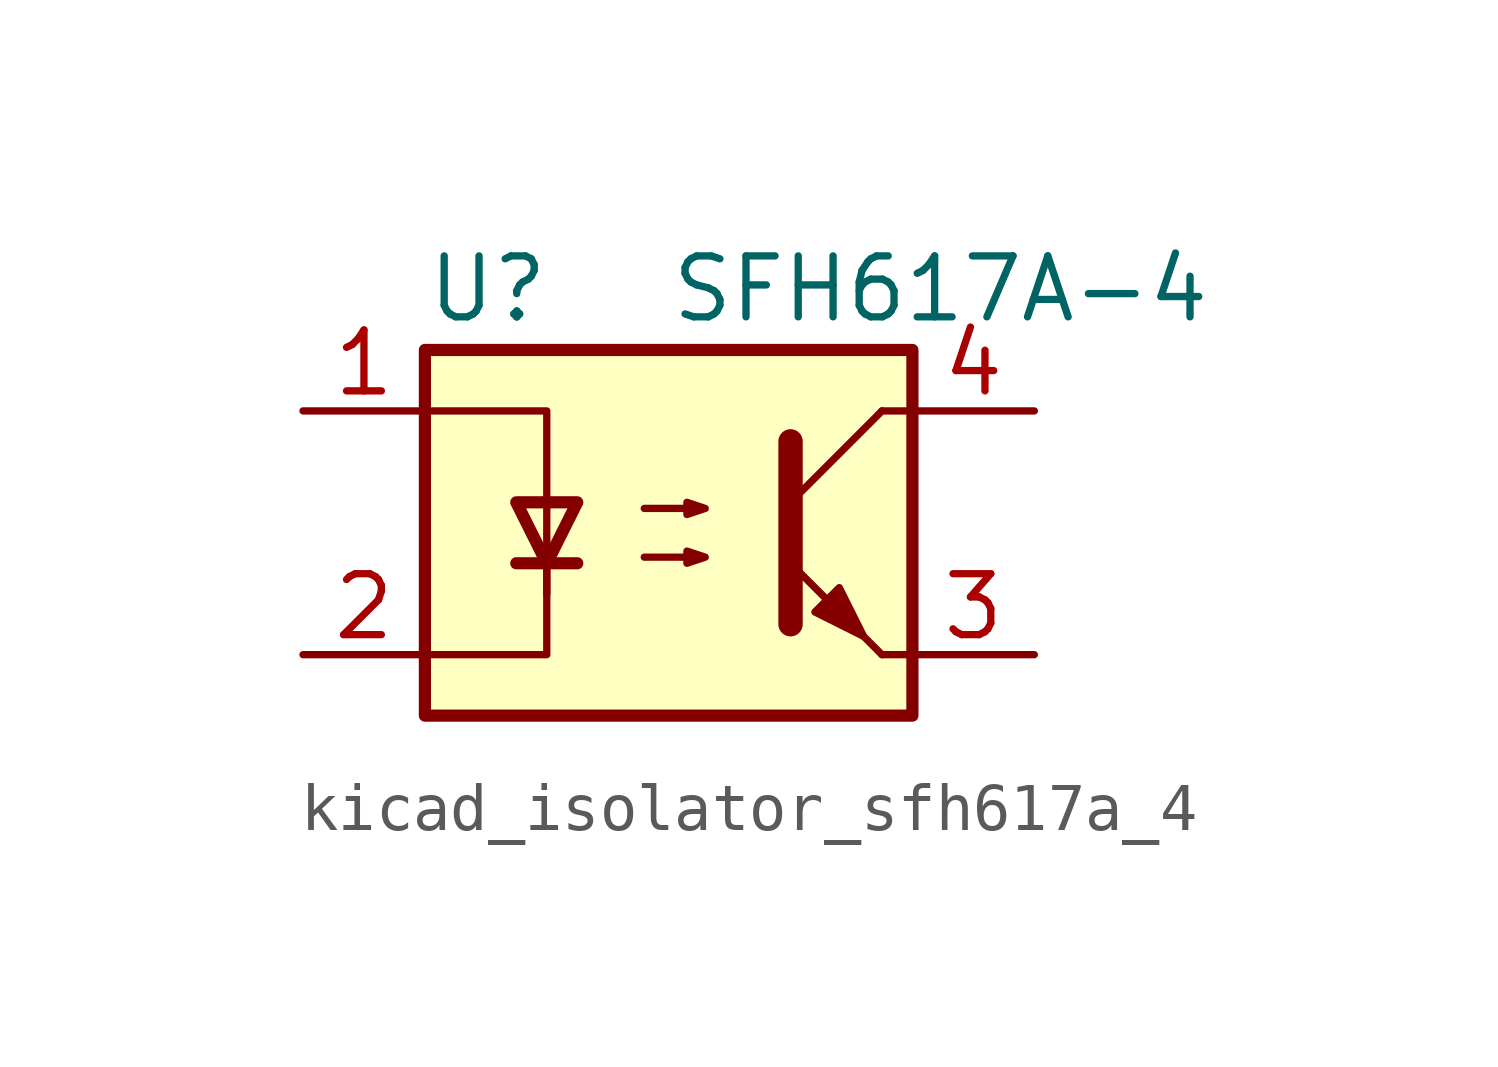
<source format=kicad_sym>
(kicad_symbol_lib
  (version 20220914)
  (generator kicad_symbol_editor)
  (symbol "kicad_isolator_sfh617a_4"
    (pin_names
      (offset 1.016))
    (property "Reference" "U"
      (at -5.08 5.08 0)
      (effects (font (size 1.27 1.27)) (justify left)))
    (property "Value" "SFH617A-4"
      (at 0 5.08 0)
      (effects (font (size 1.27 1.27)) (justify left)))
    (symbol "kicad_isolator_sfh617a_4_0_1"
      (rectangle (start -5.08 3.81) (end 5.08 -3.81) (stroke (width 0.254) (type default)) (fill (type background)))
      (polyline (pts (xy -3.175 -0.635) (xy -1.905 -0.635)) (stroke (width 0.254) (type default)) (fill (type none)))
      (polyline (pts (xy 2.54 0.635) (xy 4.445 2.54)) (stroke (width 0) (type default)) (fill (type none)))
      (polyline (pts (xy 4.445 -2.54) (xy 2.54 -0.635)) (stroke (width 0) (type default)) (fill (type outline)))
      (polyline (pts (xy 4.445 -2.54) (xy 5.08 -2.54)) (stroke (width 0) (type default)) (fill (type none)))
      (polyline (pts (xy 4.445 2.54) (xy 5.08 2.54)) (stroke (width 0) (type default)) (fill (type none)))
      (polyline (pts (xy -2.54 -0.635) (xy -2.54 -2.54) (xy -5.08 -2.54)) (stroke (width 0) (type default)) (fill (type none)))
      (polyline (pts (xy 2.54 1.905) (xy 2.54 -1.905) (xy 2.54 -1.905)) (stroke (width 0.508) (type default)) (fill (type none)))
      (polyline (pts (xy -5.08 2.54) (xy -2.54 2.54) (xy -2.54 -1.27) (xy -2.54 0.635)) (stroke (width 0) (type default)) (fill (type none)))
      (polyline (pts (xy -2.54 -0.635) (xy -3.175 0.635) (xy -1.905 0.635) (xy -2.54 -0.635)) (stroke (width 0.254) (type default)) (fill (type none)))
      (polyline (pts (xy -0.508 -0.508) (xy 0.762 -0.508) (xy 0.381 -0.635) (xy 0.381 -0.381) (xy 0.762 -0.508)) (stroke (width 0) (type default)) (fill (type none)))
      (polyline (pts (xy -0.508 0.508) (xy 0.762 0.508) (xy 0.381 0.381) (xy 0.381 0.635) (xy 0.762 0.508)) (stroke (width 0) (type default)) (fill (type none)))
      (polyline (pts (xy 3.048 -1.651) (xy 3.556 -1.143) (xy 4.064 -2.159) (xy 3.048 -1.651) (xy 3.048 -1.651)) (stroke (width 0) (type default)) (fill (type outline))))
    (symbol "kicad_isolator_sfh617a_4_1_1"
      (pin passive line (at -7.62 2.54 0) (length 2.54) (name "~" (effects (font (size 1.27 1.27)))) (number "1" (effects (font (size 1.27 1.27)))))
      (pin passive line (at -7.62 -2.54 0) (length 2.54) (name "~" (effects (font (size 1.27 1.27)))) (number "2" (effects (font (size 1.27 1.27)))))
      (pin passive line (at 7.62 -2.54 180) (length 2.54) (name "~" (effects (font (size 1.27 1.27)))) (number "3" (effects (font (size 1.27 1.27)))))
      (pin passive line (at 7.62 2.54 180) (length 2.54) (name "~" (effects (font (size 1.27 1.27)))) (number "4" (effects (font (size 1.27 1.27))))))))
</source>
